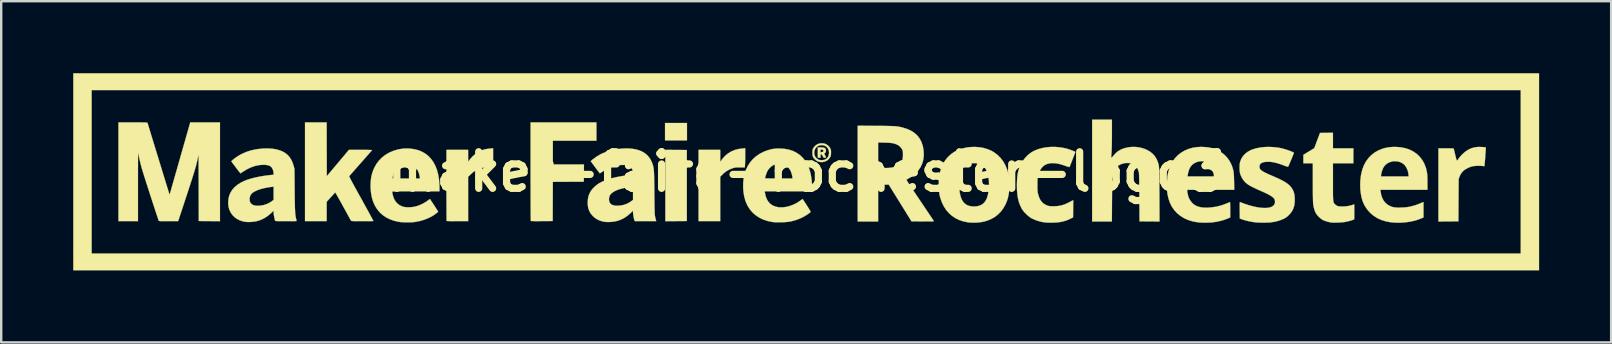
<source format=kicad_pcb>
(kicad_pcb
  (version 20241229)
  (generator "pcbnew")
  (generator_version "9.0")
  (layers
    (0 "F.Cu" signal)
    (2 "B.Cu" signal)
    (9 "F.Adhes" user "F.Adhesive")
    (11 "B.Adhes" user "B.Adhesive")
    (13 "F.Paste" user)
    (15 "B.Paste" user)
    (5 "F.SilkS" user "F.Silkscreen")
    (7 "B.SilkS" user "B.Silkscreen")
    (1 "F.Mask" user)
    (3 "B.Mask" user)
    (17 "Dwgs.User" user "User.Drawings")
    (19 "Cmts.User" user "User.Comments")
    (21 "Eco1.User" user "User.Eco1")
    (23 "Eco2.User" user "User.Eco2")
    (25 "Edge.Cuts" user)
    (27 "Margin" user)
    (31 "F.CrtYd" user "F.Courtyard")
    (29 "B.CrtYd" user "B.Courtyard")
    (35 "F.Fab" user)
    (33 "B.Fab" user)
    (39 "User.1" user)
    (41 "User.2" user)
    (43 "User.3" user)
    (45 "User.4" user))
  (footprint "maker-faire-rochester-logo3"
    (layer "F.Cu")
    (at 30.536 4.107)
    (property "Reference" "maker-faire-rochester-logo3" (at 0 0 0) (layer "F.SilkS") (effects (font (size 1.524 1.524) (thickness 0.3))))
    (attr through_hole)
    (fp_poly (pts (xy -4.966 -1.308) (xy -5.88 -1.308) (xy -5.88 -2.032) (xy -4.966 -2.032) (xy -4.966 -1.308)) (stroke (width 0.01) (type solid)) (fill yes) (layer "F.SilkS"))
    (fp_poly (pts (xy -5.42 -0.911) (xy -4.972 -0.908) (xy -4.972 2.051) (xy -5.867 2.058) (xy -5.867 -0.915) (xy -5.42 -0.911)) (stroke (width 0.01) (type solid)) (fill yes) (layer "F.SilkS"))
    (fp_poly (pts (xy 30.531 4.102) (xy -30.531 4.102) (xy -30.531 -3.404) (xy -29.769 -3.404) (xy -29.769 3.404) (xy 29.769 3.404) (xy 29.769 -3.404) (xy -29.769 -3.404) (xy -30.531 -3.404) (xy -30.531 -4.102) (xy 30.531 -4.102) (xy 30.531 4.102)) (stroke (width 0.01) (type solid)) (fill yes) (layer "F.SilkS"))
    (fp_poly (pts (xy -8.738 -1.295) (xy -10.554 -1.295) (xy -10.554 -0.305) (xy -9.258 -0.305) (xy -9.261 0.054) (xy -9.265 0.413) (xy -10.554 0.419) (xy -10.56 2.051) (xy -11.012 2.054) (xy -11.117 2.055) (xy -11.213 2.055) (xy -11.299 2.055) (xy -11.37 2.054) (xy -11.425 2.052) (xy -11.46 2.051) (xy -11.472 2.049) (xy -11.473 2.036) (xy -11.474 1.998) (xy -11.475 1.938) (xy -11.476 1.856) (xy -11.477 1.755) (xy -11.477 1.635) (xy -11.478 1.497) (xy -11.479 1.343) (xy -11.479 1.175) (xy -11.48 0.994) (xy -11.48 0.8) (xy -11.48 0.596) (xy -11.481 0.383) (xy -11.481 0.162) (xy -11.481 -0.008) (xy -11.481 -2.057) (xy -8.738 -2.057) (xy -8.738 -1.295)) (stroke (width 0.01) (type solid)) (fill yes) (layer "F.SilkS"))
    (fp_poly (pts (xy -2.54 -0.703) (xy -2.54 -0.612) (xy -2.542 -0.522) (xy -2.543 -0.437) (xy -2.545 -0.365) (xy -2.548 -0.311) (xy -2.548 -0.304) (xy -2.556 -0.182) (xy -2.754 -0.183) (xy -2.834 -0.183) (xy -2.894 -0.182) (xy -2.941 -0.178) (xy -2.98 -0.172) (xy -3.018 -0.163) (xy -3.047 -0.154) (xy -3.189 -0.1) (xy -3.315 -0.03) (xy -3.432 0.059) (xy -3.514 0.139) (xy -3.581 0.209) (xy -3.581 2.057) (xy -4.483 2.057) (xy -4.483 -0.914) (xy -3.581 -0.914) (xy -3.581 -0.418) (xy -3.505 -0.519) (xy -3.393 -0.649) (xy -3.267 -0.757) (xy -3.129 -0.843) (xy -2.977 -0.908) (xy -2.812 -0.951) (xy -2.657 -0.971) (xy -2.54 -0.981) (xy -2.54 -0.703)) (stroke (width 0.01) (type solid)) (fill yes) (layer "F.SilkS"))
    (fp_poly (pts (xy 0.68 -1.014) (xy 0.736 -1.005) (xy 0.774 -0.99) (xy 0.8 -0.966) (xy 0.81 -0.947) (xy 0.826 -0.887) (xy 0.818 -0.832) (xy 0.788 -0.787) (xy 0.751 -0.749) (xy 0.788 -0.683) (xy 0.813 -0.636) (xy 0.823 -0.607) (xy 0.818 -0.591) (xy 0.799 -0.585) (xy 0.775 -0.584) (xy 0.748 -0.585) (xy 0.729 -0.593) (xy 0.713 -0.611) (xy 0.693 -0.645) (xy 0.685 -0.66) (xy 0.655 -0.709) (xy 0.631 -0.733) (xy 0.621 -0.737) (xy 0.607 -0.733) (xy 0.6 -0.72) (xy 0.597 -0.69) (xy 0.597 -0.66) (xy 0.597 -0.584) (xy 0.548 -0.584) (xy 0.515 -0.586) (xy 0.493 -0.591) (xy 0.491 -0.593) (xy 0.488 -0.608) (xy 0.486 -0.644) (xy 0.484 -0.696) (xy 0.483 -0.76) (xy 0.483 -0.809) (xy 0.483 -0.868) (xy 0.597 -0.868) (xy 0.597 -0.809) (xy 0.642 -0.817) (xy 0.678 -0.826) (xy 0.704 -0.838) (xy 0.706 -0.839) (xy 0.722 -0.865) (xy 0.718 -0.891) (xy 0.696 -0.913) (xy 0.66 -0.926) (xy 0.64 -0.927) (xy 0.614 -0.926) (xy 0.601 -0.918) (xy 0.597 -0.896) (xy 0.597 -0.868) (xy 0.483 -0.868) (xy 0.483 -1.016) (xy 0.604 -1.016) (xy 0.68 -1.014)) (stroke (width 0.01) (type solid)) (fill yes) (layer "F.SilkS"))
    (fp_poly (pts (xy -13.043 -0.177) (xy -13.205 -0.185) (xy -13.362 -0.184) (xy -13.503 -0.165) (xy -13.633 -0.127) (xy -13.755 -0.068) (xy -13.873 0.014) (xy -13.973 0.102) (xy -14.084 0.21) (xy -14.084 1.133) (xy -14.084 2.057) (xy -14.527 2.057) (xy -14.63 2.057) (xy -14.726 2.056) (xy -14.81 2.055) (xy -14.88 2.054) (xy -14.934 2.052) (xy -14.967 2.051) (xy -14.978 2.049) (xy -14.979 2.035) (xy -14.98 1.998) (xy -14.981 1.938) (xy -14.982 1.858) (xy -14.983 1.759) (xy -14.983 1.642) (xy -14.984 1.51) (xy -14.985 1.363) (xy -14.985 1.203) (xy -14.986 1.033) (xy -14.986 0.852) (xy -14.986 0.664) (xy -14.986 0.563) (xy -14.986 -0.914) (xy -14.084 -0.914) (xy -14.084 -0.673) (xy -14.084 -0.583) (xy -14.082 -0.512) (xy -14.079 -0.463) (xy -14.075 -0.436) (xy -14.072 -0.432) (xy -14.059 -0.439) (xy -14.059 -0.442) (xy -14.052 -0.455) (xy -14.032 -0.484) (xy -14.003 -0.522) (xy -13.989 -0.54) (xy -13.888 -0.651) (xy -13.773 -0.749) (xy -13.648 -0.831) (xy -13.517 -0.894) (xy -13.424 -0.926) (xy -13.366 -0.939) (xy -13.295 -0.952) (xy -13.219 -0.964) (xy -13.147 -0.973) (xy -13.087 -0.977) (xy -13.071 -0.978) (xy -13.043 -0.978) (xy -13.043 -0.177)) (stroke (width 0.01) (type solid)) (fill yes) (layer "F.SilkS"))
    (fp_poly (pts (xy 0.736 -1.181) (xy 0.814 -1.158) (xy 0.819 -1.155) (xy 0.897 -1.105) (xy 0.965 -1.037) (xy 1.006 -0.975) (xy 1.02 -0.944) (xy 1.029 -0.912) (xy 1.034 -0.87) (xy 1.035 -0.812) (xy 1.035 -0.8) (xy 1.034 -0.74) (xy 1.031 -0.697) (xy 1.023 -0.664) (xy 1.01 -0.632) (xy 1.001 -0.616) (xy 0.947 -0.536) (xy 0.877 -0.475) (xy 0.813 -0.44) (xy 0.73 -0.412) (xy 0.65 -0.402) (xy 0.574 -0.409) (xy 0.486 -0.432) (xy 0.41 -0.476) (xy 0.364 -0.516) (xy 0.319 -0.566) (xy 0.289 -0.613) (xy 0.271 -0.664) (xy 0.262 -0.727) (xy 0.26 -0.794) (xy 0.261 -0.808) (xy 0.335 -0.808) (xy 0.343 -0.723) (xy 0.372 -0.64) (xy 0.374 -0.636) (xy 0.401 -0.598) (xy 0.442 -0.558) (xy 0.488 -0.523) (xy 0.53 -0.499) (xy 0.539 -0.496) (xy 0.598 -0.486) (xy 0.666 -0.484) (xy 0.73 -0.492) (xy 0.781 -0.507) (xy 0.853 -0.553) (xy 0.907 -0.616) (xy 0.941 -0.694) (xy 0.954 -0.785) (xy 0.954 -0.795) (xy 0.943 -0.887) (xy 0.911 -0.966) (xy 0.857 -1.031) (xy 0.782 -1.083) (xy 0.781 -1.083) (xy 0.715 -1.105) (xy 0.638 -1.111) (xy 0.561 -1.101) (xy 0.5 -1.078) (xy 0.432 -1.03) (xy 0.381 -0.966) (xy 0.349 -0.891) (xy 0.335 -0.808) (xy 0.261 -0.808) (xy 0.261 -0.856) (xy 0.265 -0.901) (xy 0.272 -0.934) (xy 0.284 -0.964) (xy 0.289 -0.974) (xy 0.345 -1.054) (xy 0.42 -1.119) (xy 0.482 -1.154) (xy 0.561 -1.18) (xy 0.648 -1.189) (xy 0.736 -1.181)) (stroke (width 0.01) (type solid)) (fill yes) (layer "F.SilkS"))
    (fp_poly (pts (xy 28.158 -1.033) (xy 28.158 -1.033) (xy 28.217 -1.028) (xy 28.267 -1.022) (xy 28.301 -1.017) (xy 28.315 -1.014) (xy 28.315 -1) (xy 28.314 -0.965) (xy 28.311 -0.912) (xy 28.307 -0.845) (xy 28.301 -0.768) (xy 28.295 -0.685) (xy 28.289 -0.599) (xy 28.282 -0.514) (xy 28.276 -0.434) (xy 28.27 -0.362) (xy 28.264 -0.303) (xy 28.26 -0.261) (xy 28.257 -0.238) (xy 28.256 -0.236) (xy 28.242 -0.235) (xy 28.21 -0.238) (xy 28.166 -0.244) (xy 28.162 -0.244) (xy 28.089 -0.25) (xy 28.003 -0.251) (xy 27.913 -0.247) (xy 27.826 -0.239) (xy 27.753 -0.227) (xy 27.73 -0.222) (xy 27.65 -0.195) (xy 27.565 -0.158) (xy 27.484 -0.115) (xy 27.415 -0.07) (xy 27.385 -0.045) (xy 27.308 0.038) (xy 27.248 0.135) (xy 27.214 0.216) (xy 27.184 0.298) (xy 27.172 2.064) (xy 26.756 2.067) (xy 26.34 2.07) (xy 26.34 -0.978) (xy 26.656 -0.978) (xy 26.755 -0.978) (xy 26.83 -0.977) (xy 26.887 -0.976) (xy 26.926 -0.974) (xy 26.953 -0.971) (xy 26.968 -0.967) (xy 26.976 -0.962) (xy 26.979 -0.956) (xy 26.984 -0.937) (xy 26.994 -0.897) (xy 27.007 -0.842) (xy 27.023 -0.775) (xy 27.04 -0.702) (xy 27.061 -0.616) (xy 27.078 -0.552) (xy 27.091 -0.508) (xy 27.102 -0.482) (xy 27.111 -0.471) (xy 27.114 -0.471) (xy 27.13 -0.481) (xy 27.154 -0.508) (xy 27.178 -0.543) (xy 27.206 -0.582) (xy 27.247 -0.632) (xy 27.293 -0.685) (xy 27.324 -0.717) (xy 27.447 -0.829) (xy 27.574 -0.915) (xy 27.706 -0.978) (xy 27.846 -1.018) (xy 27.996 -1.036) (xy 28.158 -1.033)) (stroke (width 0.01) (type solid)) (fill yes) (layer "F.SilkS"))
    (fp_poly (pts (xy 21.946 -0.978) (xy 22.797 -0.978) (xy 22.797 -0.356) (xy 21.946 -0.356) (xy 21.946 0.41) (xy 21.946 0.579) (xy 21.946 0.724) (xy 21.946 0.848) (xy 21.947 0.952) (xy 21.949 1.039) (xy 21.952 1.11) (xy 21.956 1.167) (xy 21.961 1.213) (xy 21.967 1.249) (xy 21.976 1.277) (xy 21.985 1.3) (xy 21.997 1.318) (xy 22.012 1.335) (xy 22.028 1.352) (xy 22.034 1.358) (xy 22.074 1.393) (xy 22.119 1.419) (xy 22.171 1.435) (xy 22.236 1.444) (xy 22.317 1.446) (xy 22.389 1.444) (xy 22.479 1.439) (xy 22.558 1.43) (xy 22.635 1.415) (xy 22.718 1.393) (xy 22.806 1.366) (xy 22.835 1.357) (xy 22.835 1.976) (xy 22.792 1.997) (xy 22.746 2.015) (xy 22.681 2.035) (xy 22.602 2.057) (xy 22.517 2.076) (xy 22.454 2.089) (xy 22.404 2.097) (xy 22.336 2.103) (xy 22.256 2.109) (xy 22.17 2.113) (xy 22.084 2.116) (xy 22.004 2.117) (xy 21.937 2.116) (xy 21.888 2.114) (xy 21.882 2.113) (xy 21.811 2.1) (xy 21.73 2.081) (xy 21.648 2.056) (xy 21.576 2.031) (xy 21.539 2.015) (xy 21.473 1.975) (xy 21.402 1.918) (xy 21.333 1.852) (xy 21.273 1.781) (xy 21.228 1.713) (xy 21.225 1.708) (xy 21.182 1.605) (xy 21.147 1.485) (xy 21.123 1.351) (xy 21.121 1.327) (xy 21.118 1.292) (xy 21.116 1.235) (xy 21.114 1.156) (xy 21.112 1.06) (xy 21.11 0.947) (xy 21.109 0.821) (xy 21.108 0.684) (xy 21.108 0.537) (xy 21.108 0.429) (xy 21.107 -0.356) (xy 20.714 -0.356) (xy 20.714 -0.708) (xy 20.941 -0.846) (xy 21.168 -0.984) (xy 21.287 -1.302) (xy 21.406 -1.619) (xy 21.946 -1.626) (xy 21.946 -0.978)) (stroke (width 0.01) (type solid)) (fill yes) (layer "F.SilkS"))
    (fp_poly (pts (xy 12.738 -1.596) (xy 12.737 -1.388) (xy 12.735 -1.204) (xy 12.732 -1.043) (xy 12.727 -0.906) (xy 12.721 -0.791) (xy 12.714 -0.696) (xy 12.707 -0.638) (xy 12.708 -0.607) (xy 12.72 -0.597) (xy 12.743 -0.608) (xy 12.776 -0.64) (xy 12.806 -0.676) (xy 12.898 -0.78) (xy 13.002 -0.865) (xy 13.122 -0.932) (xy 13.243 -0.978) (xy 13.406 -1.018) (xy 13.576 -1.037) (xy 13.747 -1.034) (xy 13.915 -1.009) (xy 14.076 -0.964) (xy 14.192 -0.915) (xy 14.324 -0.84) (xy 14.434 -0.752) (xy 14.524 -0.652) (xy 14.596 -0.536) (xy 14.64 -0.434) (xy 14.652 -0.401) (xy 14.662 -0.371) (xy 14.671 -0.343) (xy 14.679 -0.315) (xy 14.686 -0.284) (xy 14.692 -0.25) (xy 14.697 -0.21) (xy 14.701 -0.163) (xy 14.704 -0.107) (xy 14.707 -0.04) (xy 14.709 0.04) (xy 14.711 0.133) (xy 14.712 0.243) (xy 14.713 0.371) (xy 14.714 0.518) (xy 14.715 0.687) (xy 14.715 0.879) (xy 14.716 0.943) (xy 14.72 2.07) (xy 14.304 2.067) (xy 13.887 2.064) (xy 13.881 1.06) (xy 13.879 0.874) (xy 13.878 0.711) (xy 13.877 0.571) (xy 13.875 0.45) (xy 13.874 0.348) (xy 13.872 0.263) (xy 13.871 0.193) (xy 13.869 0.136) (xy 13.866 0.091) (xy 13.864 0.056) (xy 13.861 0.029) (xy 13.858 0.009) (xy 13.854 -0.007) (xy 13.853 -0.009) (xy 13.815 -0.112) (xy 13.77 -0.193) (xy 13.714 -0.257) (xy 13.646 -0.305) (xy 13.622 -0.318) (xy 13.53 -0.351) (xy 13.425 -0.366) (xy 13.315 -0.365) (xy 13.205 -0.346) (xy 13.101 -0.311) (xy 13.086 -0.304) (xy 13.009 -0.258) (xy 12.944 -0.196) (xy 12.888 -0.116) (xy 12.841 -0.018) (xy 12.802 0.101) (xy 12.77 0.243) (xy 12.767 0.26) (xy 12.763 0.286) (xy 12.759 0.318) (xy 12.756 0.356) (xy 12.753 0.402) (xy 12.751 0.459) (xy 12.749 0.529) (xy 12.747 0.613) (xy 12.746 0.714) (xy 12.744 0.833) (xy 12.743 0.972) (xy 12.742 1.134) (xy 12.741 1.222) (xy 12.736 2.07) (xy 11.913 2.07) (xy 11.913 -2.172) (xy 12.738 -2.172) (xy 12.738 -1.596)) (stroke (width 0.01) (type solid)) (fill yes) (layer "F.SilkS"))
    (fp_poly (pts (xy -19.971 0.182) (xy -19.51 -0.366) (xy -19.049 -0.914) (xy -18.566 -0.914) (xy -18.456 -0.914) (xy -18.355 -0.913) (xy -18.267 -0.912) (xy -18.194 -0.91) (xy -18.137 -0.908) (xy -18.101 -0.906) (xy -18.087 -0.904) (xy -18.087 -0.903) (xy -18.096 -0.892) (xy -18.12 -0.863) (xy -18.158 -0.819) (xy -18.208 -0.762) (xy -18.269 -0.692) (xy -18.34 -0.612) (xy -18.417 -0.523) (xy -18.501 -0.428) (xy -18.555 -0.367) (xy -18.642 -0.269) (xy -18.724 -0.175) (xy -18.8 -0.089) (xy -18.868 -0.012) (xy -18.927 0.055) (xy -18.974 0.109) (xy -19.009 0.149) (xy -19.029 0.173) (xy -19.033 0.178) (xy -19.035 0.185) (xy -19.032 0.198) (xy -19.024 0.218) (xy -19.011 0.247) (xy -18.992 0.286) (xy -18.967 0.336) (xy -18.933 0.399) (xy -18.892 0.476) (xy -18.841 0.569) (xy -18.781 0.679) (xy -18.711 0.806) (xy -18.63 0.953) (xy -18.536 1.121) (xy -18.536 1.121) (xy -18.458 1.262) (xy -18.384 1.397) (xy -18.314 1.524) (xy -18.25 1.64) (xy -18.192 1.746) (xy -18.142 1.839) (xy -18.1 1.916) (xy -18.067 1.978) (xy -18.044 2.022) (xy -18.033 2.046) (xy -18.031 2.05) (xy -18.045 2.052) (xy -18.081 2.053) (xy -18.137 2.055) (xy -18.21 2.056) (xy -18.297 2.057) (xy -18.394 2.057) (xy -18.492 2.057) (xy -18.618 2.057) (xy -18.721 2.057) (xy -18.803 2.055) (xy -18.865 2.054) (xy -18.91 2.051) (xy -18.939 2.048) (xy -18.955 2.044) (xy -18.958 2.042) (xy -18.966 2.028) (xy -18.986 1.994) (xy -19.015 1.941) (xy -19.053 1.873) (xy -19.098 1.792) (xy -19.149 1.698) (xy -19.206 1.595) (xy -19.266 1.485) (xy -19.292 1.438) (xy -19.353 1.326) (xy -19.411 1.222) (xy -19.465 1.127) (xy -19.512 1.043) (xy -19.553 0.972) (xy -19.585 0.917) (xy -19.608 0.88) (xy -19.621 0.862) (xy -19.623 0.86) (xy -19.634 0.872) (xy -19.66 0.9) (xy -19.697 0.941) (xy -19.742 0.992) (xy -19.794 1.049) (xy -19.805 1.06) (xy -19.976 1.251) (xy -19.977 2.057) (xy -20.879 2.057) (xy -20.879 -2.057) (xy -20.428 -2.057) (xy -19.977 -2.057) (xy -19.971 0.182)) (stroke (width 0.01) (type solid)) (fill yes) (layer "F.SilkS"))
    (fp_poly (pts (xy 7.215 -1.024) (xy 7.397 -0.992) (xy 7.569 -0.94) (xy 7.727 -0.871) (xy 7.828 -0.811) (xy 7.974 -0.701) (xy 8.101 -0.573) (xy 8.211 -0.428) (xy 8.301 -0.268) (xy 8.373 -0.093) (xy 8.425 0.095) (xy 8.457 0.297) (xy 8.469 0.51) (xy 8.467 0.635) (xy 8.454 0.807) (xy 8.433 0.96) (xy 8.402 1.1) (xy 8.359 1.231) (xy 8.305 1.357) (xy 8.215 1.518) (xy 8.108 1.661) (xy 7.983 1.785) (xy 7.843 1.891) (xy 7.688 1.977) (xy 7.519 2.044) (xy 7.336 2.09) (xy 7.142 2.115) (xy 6.985 2.119) (xy 6.916 2.118) (xy 6.847 2.114) (xy 6.787 2.11) (xy 6.756 2.107) (xy 6.566 2.071) (xy 6.388 2.014) (xy 6.225 1.935) (xy 6.077 1.837) (xy 5.945 1.72) (xy 5.828 1.584) (xy 5.729 1.429) (xy 5.647 1.257) (xy 5.583 1.068) (xy 5.566 1.003) (xy 5.55 0.917) (xy 5.538 0.813) (xy 5.53 0.695) (xy 5.525 0.572) (xy 5.525 0.533) (xy 6.376 0.533) (xy 6.382 0.718) (xy 6.4 0.88) (xy 6.431 1.021) (xy 6.475 1.14) (xy 6.531 1.239) (xy 6.601 1.318) (xy 6.684 1.377) (xy 6.718 1.394) (xy 6.81 1.425) (xy 6.916 1.442) (xy 7.026 1.445) (xy 7.132 1.434) (xy 7.162 1.428) (xy 7.263 1.395) (xy 7.35 1.345) (xy 7.424 1.277) (xy 7.485 1.191) (xy 7.534 1.085) (xy 7.571 0.958) (xy 7.598 0.809) (xy 7.61 0.701) (xy 7.618 0.538) (xy 7.613 0.382) (xy 7.595 0.234) (xy 7.566 0.099) (xy 7.526 -0.021) (xy 7.475 -0.123) (xy 7.415 -0.204) (xy 7.408 -0.212) (xy 7.33 -0.274) (xy 7.236 -0.32) (xy 7.128 -0.35) (xy 7.011 -0.362) (xy 6.891 -0.356) (xy 6.778 -0.331) (xy 6.679 -0.289) (xy 6.595 -0.227) (xy 6.525 -0.146) (xy 6.469 -0.046) (xy 6.426 0.075) (xy 6.397 0.217) (xy 6.38 0.38) (xy 6.376 0.533) (xy 5.525 0.533) (xy 5.525 0.449) (xy 5.529 0.332) (xy 5.538 0.228) (xy 5.543 0.193) (xy 5.579 0.004) (xy 5.63 -0.167) (xy 5.698 -0.322) (xy 5.783 -0.463) (xy 5.886 -0.593) (xy 5.914 -0.623) (xy 6.04 -0.739) (xy 6.178 -0.835) (xy 6.33 -0.912) (xy 6.498 -0.97) (xy 6.681 -1.011) (xy 6.833 -1.03) (xy 7.026 -1.037) (xy 7.215 -1.024)) (stroke (width 0.01) (type solid)) (fill yes) (layer "F.SilkS"))
    (fp_poly (pts (xy 24.622 -1.034) (xy 24.797 -1.016) (xy 24.964 -0.982) (xy 25.117 -0.933) (xy 25.146 -0.921) (xy 25.299 -0.843) (xy 25.437 -0.746) (xy 25.559 -0.63) (xy 25.663 -0.497) (xy 25.747 -0.35) (xy 25.811 -0.189) (xy 25.831 -0.12) (xy 25.847 -0.053) (xy 25.859 0.01) (xy 25.869 0.075) (xy 25.875 0.146) (xy 25.879 0.228) (xy 25.882 0.325) (xy 25.882 0.443) (xy 25.882 0.454) (xy 25.883 0.749) (xy 23.924 0.749) (xy 23.933 0.832) (xy 23.958 0.971) (xy 24.001 1.096) (xy 24.062 1.207) (xy 24.139 1.301) (xy 24.231 1.376) (xy 24.301 1.415) (xy 24.364 1.443) (xy 24.422 1.464) (xy 24.481 1.478) (xy 24.547 1.486) (xy 24.626 1.491) (xy 24.724 1.491) (xy 24.727 1.491) (xy 24.864 1.488) (xy 24.984 1.479) (xy 25.095 1.464) (xy 25.207 1.44) (xy 25.298 1.415) (xy 25.364 1.396) (xy 25.423 1.377) (xy 25.482 1.355) (xy 25.548 1.329) (xy 25.627 1.296) (xy 25.67 1.278) (xy 25.718 1.257) (xy 25.718 1.902) (xy 25.64 1.936) (xy 25.476 1.999) (xy 25.293 2.05) (xy 25.099 2.088) (xy 24.897 2.112) (xy 24.694 2.122) (xy 24.493 2.116) (xy 24.341 2.101) (xy 24.142 2.063) (xy 23.958 2.005) (xy 23.789 1.927) (xy 23.636 1.829) (xy 23.499 1.713) (xy 23.379 1.578) (xy 23.277 1.425) (xy 23.236 1.35) (xy 23.181 1.218) (xy 23.138 1.068) (xy 23.107 0.904) (xy 23.087 0.728) (xy 23.081 0.547) (xy 23.088 0.363) (xy 23.107 0.191) (xy 23.944 0.191) (xy 25.095 0.191) (xy 25.095 0.137) (xy 25.084 0.037) (xy 25.054 -0.067) (xy 25.009 -0.168) (xy 24.951 -0.258) (xy 24.931 -0.282) (xy 24.86 -0.344) (xy 24.772 -0.393) (xy 24.672 -0.425) (xy 24.565 -0.44) (xy 24.456 -0.437) (xy 24.433 -0.433) (xy 24.315 -0.403) (xy 24.214 -0.353) (xy 24.128 -0.284) (xy 24.067 -0.21) (xy 24.034 -0.151) (xy 24.003 -0.076) (xy 23.976 0.007) (xy 23.958 0.087) (xy 23.955 0.107) (xy 23.944 0.191) (xy 23.107 0.191) (xy 23.108 0.182) (xy 23.122 0.099) (xy 23.169 -0.094) (xy 23.236 -0.27) (xy 23.322 -0.43) (xy 23.426 -0.573) (xy 23.547 -0.698) (xy 23.686 -0.805) (xy 23.841 -0.893) (xy 24.013 -0.962) (xy 24.112 -0.991) (xy 24.274 -1.022) (xy 24.446 -1.036) (xy 24.622 -1.034)) (stroke (width 0.01) (type solid)) (fill yes) (layer "F.SilkS"))
    (fp_poly (pts (xy 2.911 -1.914) (xy 3.082 -1.913) (xy 3.229 -1.912) (xy 3.356 -1.91) (xy 3.465 -1.908) (xy 3.557 -1.905) (xy 3.637 -1.902) (xy 3.705 -1.898) (xy 3.765 -1.892) (xy 3.818 -1.886) (xy 3.868 -1.877) (xy 3.916 -1.868) (xy 3.965 -1.856) (xy 4.018 -1.843) (xy 4.047 -1.835) (xy 4.221 -1.779) (xy 4.376 -1.707) (xy 4.51 -1.619) (xy 4.625 -1.516) (xy 4.719 -1.397) (xy 4.794 -1.262) (xy 4.848 -1.112) (xy 4.869 -1.027) (xy 4.896 -0.843) (xy 4.899 -0.668) (xy 4.879 -0.502) (xy 4.835 -0.346) (xy 4.768 -0.2) (xy 4.678 -0.065) (xy 4.565 0.059) (xy 4.43 0.172) (xy 4.306 0.253) (xy 4.258 0.281) (xy 4.217 0.305) (xy 4.189 0.322) (xy 4.181 0.327) (xy 4.182 0.335) (xy 4.192 0.357) (xy 4.213 0.392) (xy 4.244 0.443) (xy 4.286 0.509) (xy 4.34 0.591) (xy 4.405 0.691) (xy 4.484 0.809) (xy 4.575 0.945) (xy 4.68 1.101) (xy 4.737 1.186) (xy 4.827 1.318) (xy 4.912 1.444) (xy 4.991 1.563) (xy 5.065 1.673) (xy 5.131 1.772) (xy 5.189 1.859) (xy 5.238 1.931) (xy 5.276 1.989) (xy 5.302 2.029) (xy 5.316 2.05) (xy 5.317 2.053) (xy 5.316 2.058) (xy 5.306 2.061) (xy 5.285 2.064) (xy 5.251 2.066) (xy 5.202 2.067) (xy 5.136 2.068) (xy 5.05 2.068) (xy 4.943 2.068) (xy 4.856 2.067) (xy 4.388 2.064) (xy 3.439 0.533) (xy 2.997 0.533) (xy 2.997 2.07) (xy 2.146 2.07) (xy 2.146 -0.149) (xy 2.997 -0.149) (xy 3.261 -0.156) (xy 3.359 -0.159) (xy 3.437 -0.162) (xy 3.498 -0.167) (xy 3.549 -0.173) (xy 3.593 -0.181) (xy 3.625 -0.189) (xy 3.714 -0.216) (xy 3.785 -0.246) (xy 3.844 -0.282) (xy 3.898 -0.328) (xy 3.906 -0.336) (xy 3.956 -0.392) (xy 3.991 -0.448) (xy 4.014 -0.512) (xy 4.027 -0.588) (xy 4.032 -0.681) (xy 4.032 -0.705) (xy 4.031 -0.774) (xy 4.029 -0.823) (xy 4.023 -0.861) (xy 4.014 -0.893) (xy 4.002 -0.923) (xy 3.963 -0.988) (xy 3.906 -1.05) (xy 3.841 -1.103) (xy 3.788 -1.132) (xy 3.726 -1.157) (xy 3.666 -1.176) (xy 3.603 -1.191) (xy 3.532 -1.201) (xy 3.449 -1.209) (xy 3.348 -1.214) (xy 3.267 -1.216) (xy 2.997 -1.222) (xy 2.997 -0.149) (xy 2.146 -0.149) (xy 2.146 -1.92) (xy 2.911 -1.914)) (stroke (width 0.01) (type solid)) (fill yes) (layer "F.SilkS"))
    (fp_poly (pts (xy 10.576 -1.019) (xy 10.769 -0.985) (xy 10.856 -0.964) (xy 10.905 -0.949) (xy 10.963 -0.93) (xy 11.024 -0.909) (xy 11.084 -0.886) (xy 11.137 -0.865) (xy 11.18 -0.847) (xy 11.207 -0.834) (xy 11.214 -0.828) (xy 11.209 -0.813) (xy 11.197 -0.779) (xy 11.178 -0.729) (xy 11.155 -0.667) (xy 11.128 -0.597) (xy 11.099 -0.522) (xy 11.07 -0.447) (xy 11.042 -0.375) (xy 11.017 -0.311) (xy 10.995 -0.257) (xy 10.979 -0.218) (xy 10.971 -0.198) (xy 10.969 -0.196) (xy 10.955 -0.197) (xy 10.923 -0.206) (xy 10.876 -0.221) (xy 10.825 -0.239) (xy 10.671 -0.291) (xy 10.535 -0.329) (xy 10.412 -0.352) (xy 10.3 -0.362) (xy 10.195 -0.359) (xy 10.166 -0.356) (xy 10.05 -0.33) (xy 9.948 -0.285) (xy 9.861 -0.22) (xy 9.787 -0.134) (xy 9.726 -0.027) (xy 9.678 0.103) (xy 9.662 0.159) (xy 9.652 0.201) (xy 9.645 0.24) (xy 9.64 0.281) (xy 9.637 0.33) (xy 9.635 0.39) (xy 9.634 0.467) (xy 9.634 0.546) (xy 9.634 0.641) (xy 9.635 0.715) (xy 9.637 0.773) (xy 9.641 0.82) (xy 9.646 0.86) (xy 9.654 0.899) (xy 9.662 0.931) (xy 9.702 1.061) (xy 9.754 1.169) (xy 9.818 1.258) (xy 9.896 1.328) (xy 9.99 1.383) (xy 10.059 1.41) (xy 10.102 1.423) (xy 10.146 1.431) (xy 10.197 1.435) (xy 10.264 1.437) (xy 10.293 1.437) (xy 10.423 1.432) (xy 10.538 1.42) (xy 10.647 1.397) (xy 10.756 1.362) (xy 10.87 1.313) (xy 10.983 1.257) (xy 11.126 1.182) (xy 11.119 1.899) (xy 10.992 1.963) (xy 10.87 2.017) (xy 10.744 2.058) (xy 10.607 2.089) (xy 10.518 2.102) (xy 10.453 2.109) (xy 10.372 2.114) (xy 10.282 2.117) (xy 10.188 2.119) (xy 10.099 2.118) (xy 10.022 2.116) (xy 9.97 2.112) (xy 9.816 2.088) (xy 9.662 2.048) (xy 9.514 1.995) (xy 9.382 1.932) (xy 9.374 1.928) (xy 9.307 1.883) (xy 9.233 1.823) (xy 9.158 1.754) (xy 9.087 1.68) (xy 9.028 1.608) (xy 8.988 1.549) (xy 8.921 1.417) (xy 8.867 1.276) (xy 8.827 1.123) (xy 8.799 0.956) (xy 8.783 0.771) (xy 8.779 0.568) (xy 8.78 0.489) (xy 8.785 0.354) (xy 8.792 0.239) (xy 8.803 0.139) (xy 8.819 0.048) (xy 8.84 -0.039) (xy 8.866 -0.126) (xy 8.93 -0.286) (xy 9.014 -0.436) (xy 9.116 -0.574) (xy 9.232 -0.695) (xy 9.36 -0.796) (xy 9.497 -0.875) (xy 9.652 -0.939) (xy 9.821 -0.987) (xy 10.001 -1.02) (xy 10.189 -1.036) (xy 10.382 -1.036) (xy 10.576 -1.019)) (stroke (width 0.01) (type solid)) (fill yes) (layer "F.SilkS"))
    (fp_poly (pts (xy 16.668 -1.027) (xy 16.797 -1.009) (xy 16.97 -0.967) (xy 17.131 -0.904) (xy 17.279 -0.821) (xy 17.412 -0.72) (xy 17.53 -0.601) (xy 17.629 -0.467) (xy 17.708 -0.318) (xy 17.753 -0.203) (xy 17.772 -0.142) (xy 17.787 -0.086) (xy 17.799 -0.032) (xy 17.808 0.024) (xy 17.815 0.088) (xy 17.82 0.163) (xy 17.823 0.253) (xy 17.826 0.363) (xy 17.827 0.403) (xy 17.834 0.749) (xy 15.875 0.749) (xy 15.875 0.786) (xy 15.879 0.83) (xy 15.888 0.889) (xy 15.901 0.954) (xy 15.917 1.016) (xy 15.932 1.064) (xy 15.933 1.067) (xy 15.951 1.106) (xy 15.978 1.156) (xy 16.009 1.206) (xy 16.012 1.21) (xy 16.083 1.3) (xy 16.169 1.373) (xy 16.271 1.428) (xy 16.389 1.467) (xy 16.525 1.49) (xy 16.679 1.496) (xy 16.851 1.487) (xy 17.083 1.454) (xy 17.305 1.398) (xy 17.52 1.319) (xy 17.56 1.301) (xy 17.604 1.283) (xy 17.638 1.27) (xy 17.657 1.266) (xy 17.658 1.267) (xy 17.66 1.281) (xy 17.662 1.317) (xy 17.664 1.372) (xy 17.665 1.441) (xy 17.666 1.521) (xy 17.666 1.588) (xy 17.666 1.902) (xy 17.589 1.936) (xy 17.443 1.993) (xy 17.281 2.041) (xy 17.109 2.079) (xy 16.936 2.105) (xy 16.911 2.107) (xy 16.804 2.115) (xy 16.686 2.119) (xy 16.564 2.119) (xy 16.446 2.115) (xy 16.342 2.107) (xy 16.292 2.101) (xy 16.094 2.064) (xy 15.91 2.006) (xy 15.741 1.93) (xy 15.588 1.835) (xy 15.452 1.724) (xy 15.334 1.596) (xy 15.235 1.452) (xy 15.156 1.294) (xy 15.097 1.121) (xy 15.089 1.092) (xy 15.069 1.003) (xy 15.053 0.923) (xy 15.043 0.844) (xy 15.036 0.762) (xy 15.033 0.668) (xy 15.032 0.556) (xy 15.032 0.546) (xy 15.036 0.375) (xy 15.048 0.223) (xy 15.053 0.191) (xy 15.887 0.191) (xy 17.047 0.191) (xy 17.039 0.102) (xy 17.02 -0.002) (xy 16.986 -0.105) (xy 16.939 -0.2) (xy 16.881 -0.28) (xy 16.843 -0.319) (xy 16.764 -0.373) (xy 16.667 -0.412) (xy 16.572 -0.433) (xy 16.454 -0.441) (xy 16.339 -0.426) (xy 16.233 -0.39) (xy 16.137 -0.336) (xy 16.055 -0.264) (xy 15.991 -0.177) (xy 15.985 -0.167) (xy 15.962 -0.115) (xy 15.938 -0.046) (xy 15.917 0.03) (xy 15.9 0.104) (xy 15.895 0.137) (xy 15.887 0.191) (xy 15.053 0.191) (xy 15.069 0.086) (xy 15.1 -0.044) (xy 15.141 -0.169) (xy 15.176 -0.255) (xy 15.257 -0.414) (xy 15.357 -0.556) (xy 15.474 -0.681) (xy 15.607 -0.788) (xy 15.755 -0.877) (xy 15.916 -0.947) (xy 16.089 -0.998) (xy 16.273 -1.028) (xy 16.467 -1.038) (xy 16.668 -1.027)) (stroke (width 0.01) (type solid)) (fill yes) (layer "F.SilkS"))
    (fp_poly (pts (xy -16.464 -0.963) (xy -16.301 -0.936) (xy -16.146 -0.895) (xy -16.034 -0.851) (xy -15.887 -0.771) (xy -15.755 -0.672) (xy -15.638 -0.552) (xy -15.537 -0.414) (xy -15.452 -0.258) (xy -15.384 -0.085) (xy -15.332 0.106) (xy -15.297 0.313) (xy -15.28 0.535) (xy -15.278 0.647) (xy -15.278 0.813) (xy -16.262 0.813) (xy -16.444 0.813) (xy -16.601 0.813) (xy -16.736 0.813) (xy -16.852 0.813) (xy -16.948 0.814) (xy -17.027 0.814) (xy -17.091 0.815) (xy -17.141 0.817) (xy -17.179 0.818) (xy -17.206 0.82) (xy -17.225 0.823) (xy -17.237 0.826) (xy -17.243 0.829) (xy -17.246 0.833) (xy -17.247 0.838) (xy -17.247 0.839) (xy -17.242 0.883) (xy -17.229 0.942) (xy -17.211 1.009) (xy -17.189 1.075) (xy -17.166 1.133) (xy -17.165 1.137) (xy -17.103 1.241) (xy -17.023 1.328) (xy -16.926 1.398) (xy -16.814 1.448) (xy -16.764 1.462) (xy -16.689 1.474) (xy -16.597 1.479) (xy -16.496 1.477) (xy -16.394 1.467) (xy -16.298 1.451) (xy -16.263 1.443) (xy -16.135 1.401) (xy -16.002 1.343) (xy -15.875 1.274) (xy -15.777 1.208) (xy -15.674 1.132) (xy -15.506 1.387) (xy -15.459 1.459) (xy -15.417 1.525) (xy -15.381 1.58) (xy -15.354 1.623) (xy -15.338 1.65) (xy -15.334 1.657) (xy -15.341 1.671) (xy -15.366 1.696) (xy -15.406 1.728) (xy -15.456 1.765) (xy -15.513 1.804) (xy -15.574 1.843) (xy -15.602 1.859) (xy -15.755 1.936) (xy -15.924 2.002) (xy -16.102 2.053) (xy -16.282 2.088) (xy -16.326 2.094) (xy -16.405 2.101) (xy -16.5 2.105) (xy -16.604 2.107) (xy -16.709 2.105) (xy -16.809 2.101) (xy -16.896 2.095) (xy -16.946 2.088) (xy -17.143 2.047) (xy -17.324 1.986) (xy -17.487 1.906) (xy -17.634 1.809) (xy -17.763 1.693) (xy -17.874 1.56) (xy -17.967 1.41) (xy -18.041 1.244) (xy -18.096 1.061) (xy -18.131 0.863) (xy -18.147 0.65) (xy -18.148 0.583) (xy -18.142 0.406) (xy -18.128 0.279) (xy -17.236 0.279) (xy -16.088 0.279) (xy -16.097 0.221) (xy -16.126 0.084) (xy -16.17 -0.034) (xy -16.228 -0.132) (xy -16.3 -0.209) (xy -16.385 -0.266) (xy -16.387 -0.266) (xy -16.498 -0.308) (xy -16.61 -0.327) (xy -16.722 -0.324) (xy -16.829 -0.299) (xy -16.929 -0.255) (xy -17.017 -0.191) (xy -17.091 -0.108) (xy -17.101 -0.093) (xy -17.14 -0.026) (xy -17.176 0.055) (xy -17.206 0.14) (xy -17.226 0.217) (xy -17.227 0.225) (xy -17.236 0.279) (xy -18.128 0.279) (xy -18.124 0.247) (xy -18.093 0.099) (xy -18.047 -0.042) (xy -17.995 -0.164) (xy -17.905 -0.325) (xy -17.795 -0.47) (xy -17.667 -0.599) (xy -17.523 -0.71) (xy -17.363 -0.803) (xy -17.188 -0.877) (xy -17 -0.932) (xy -16.801 -0.965) (xy -16.788 -0.966) (xy -16.629 -0.973) (xy -16.464 -0.963)) (stroke (width 0.01) (type solid)) (fill yes) (layer "F.SilkS"))
    (fp_poly (pts (xy -0.915 -0.959) (xy -0.733 -0.926) (xy -0.565 -0.874) (xy -0.412 -0.8) (xy -0.274 -0.707) (xy -0.15 -0.593) (xy -0.043 -0.46) (xy 0.012 -0.374) (xy 0.077 -0.25) (xy 0.13 -0.117) (xy 0.173 0.028) (xy 0.206 0.187) (xy 0.23 0.364) (xy 0.245 0.561) (xy 0.248 0.619) (xy 0.256 0.813) (xy -1.728 0.813) (xy -1.72 0.867) (xy -1.689 1.012) (xy -1.642 1.137) (xy -1.579 1.243) (xy -1.5 1.33) (xy -1.404 1.398) (xy -1.291 1.446) (xy -1.162 1.475) (xy -1.107 1.481) (xy -0.971 1.481) (xy -0.826 1.461) (xy -0.678 1.423) (xy -0.531 1.368) (xy -0.39 1.298) (xy -0.261 1.214) (xy -0.239 1.198) (xy -0.2 1.168) (xy -0.168 1.145) (xy -0.15 1.133) (xy -0.147 1.133) (xy -0.14 1.144) (xy -0.121 1.174) (xy -0.091 1.219) (xy -0.054 1.276) (xy -0.01 1.343) (xy 0.024 1.396) (xy 0.07 1.468) (xy 0.111 1.534) (xy 0.145 1.591) (xy 0.17 1.634) (xy 0.183 1.662) (xy 0.186 1.671) (xy 0.171 1.688) (xy 0.138 1.715) (xy 0.092 1.749) (xy 0.036 1.787) (xy -0.025 1.825) (xy -0.088 1.862) (xy -0.14 1.891) (xy -0.297 1.963) (xy -0.468 2.023) (xy -0.643 2.068) (xy -0.657 2.071) (xy -0.736 2.084) (xy -0.832 2.093) (xy -0.94 2.1) (xy -1.054 2.104) (xy -1.166 2.105) (xy -1.27 2.103) (xy -1.362 2.097) (xy -1.422 2.089) (xy -1.62 2.046) (xy -1.801 1.984) (xy -1.965 1.903) (xy -2.113 1.804) (xy -2.243 1.687) (xy -2.355 1.553) (xy -2.448 1.403) (xy -2.522 1.236) (xy -2.535 1.198) (xy -2.581 1.027) (xy -2.612 0.843) (xy -2.626 0.651) (xy -2.623 0.458) (xy -2.604 0.27) (xy -2.604 0.268) (xy -1.714 0.268) (xy -1.702 0.271) (xy -1.667 0.273) (xy -1.61 0.275) (xy -1.536 0.276) (xy -1.445 0.278) (xy -1.339 0.279) (xy -1.223 0.279) (xy -1.143 0.279) (xy -0.572 0.279) (xy -0.572 0.243) (xy -0.576 0.2) (xy -0.589 0.142) (xy -0.606 0.076) (xy -0.627 0.013) (xy -0.649 -0.041) (xy -0.654 -0.051) (xy -0.701 -0.125) (xy -0.761 -0.193) (xy -0.827 -0.248) (xy -0.868 -0.273) (xy -0.964 -0.307) (xy -1.071 -0.324) (xy -1.181 -0.324) (xy -1.286 -0.306) (xy -1.366 -0.278) (xy -1.433 -0.237) (xy -1.5 -0.179) (xy -1.561 -0.112) (xy -1.606 -0.046) (xy -1.625 -0.008) (xy -1.646 0.044) (xy -1.668 0.102) (xy -1.687 0.161) (xy -1.703 0.214) (xy -1.713 0.253) (xy -1.714 0.268) (xy -2.604 0.268) (xy -2.572 0.107) (xy -2.513 -0.074) (xy -2.434 -0.242) (xy -2.334 -0.395) (xy -2.215 -0.533) (xy -2.077 -0.654) (xy -1.922 -0.758) (xy -1.751 -0.843) (xy -1.613 -0.894) (xy -1.504 -0.926) (xy -1.406 -0.949) (xy -1.31 -0.962) (xy -1.205 -0.969) (xy -1.111 -0.97) (xy -0.915 -0.959)) (stroke (width 0.01) (type solid)) (fill yes) (layer "F.SilkS"))
    (fp_poly (pts (xy -27.909 -2.057) (xy -27.793 -2.057) (xy -27.698 -2.057) (xy -27.621 -2.056) (xy -27.562 -2.055) (xy -27.517 -2.053) (xy -27.485 -2.051) (xy -27.464 -2.048) (xy -27.45 -2.045) (xy -27.443 -2.041) (xy -27.44 -2.036) (xy -27.44 -2.035) (xy -27.417 -1.96) (xy -27.389 -1.868) (xy -27.356 -1.761) (xy -27.319 -1.639) (xy -27.279 -1.506) (xy -27.235 -1.363) (xy -27.188 -1.211) (xy -27.14 -1.053) (xy -27.09 -0.889) (xy -27.039 -0.723) (xy -26.987 -0.555) (xy -26.936 -0.388) (xy -26.885 -0.223) (xy -26.836 -0.062) (xy -26.788 0.094) (xy -26.743 0.242) (xy -26.7 0.381) (xy -26.661 0.509) (xy -26.625 0.624) (xy -26.594 0.724) (xy -26.568 0.809) (xy -26.548 0.875) (xy -26.533 0.921) (xy -26.525 0.946) (xy -26.524 0.95) (xy -26.523 0.952) (xy -26.523 0.954) (xy -26.522 0.954) (xy -26.521 0.953) (xy -26.519 0.949) (xy -26.516 0.939) (xy -26.511 0.924) (xy -26.505 0.902) (xy -26.496 0.872) (xy -26.484 0.832) (xy -26.469 0.782) (xy -26.451 0.719) (xy -26.43 0.643) (xy -26.404 0.553) (xy -26.374 0.447) (xy -26.339 0.324) (xy -26.299 0.183) (xy -26.253 0.023) (xy -26.201 -0.158) (xy -26.144 -0.36) (xy -26.079 -0.586) (xy -26.072 -0.613) (xy -25.66 -2.057) (xy -25.041 -2.057) (xy -24.422 -2.057) (xy -24.422 0.000164) (xy -24.422 2.058) (xy -24.863 2.054) (xy -25.305 2.051) (xy -25.309 0.667) (xy -25.313 -0.718) (xy -25.355 -0.527) (xy -25.368 -0.466) (xy -25.382 -0.408) (xy -25.396 -0.351) (xy -25.41 -0.292) (xy -25.426 -0.231) (xy -25.445 -0.166) (xy -25.465 -0.095) (xy -25.489 -0.016) (xy -25.516 0.072) (xy -25.547 0.172) (xy -25.582 0.283) (xy -25.623 0.409) (xy -25.669 0.551) (xy -25.721 0.71) (xy -25.779 0.889) (xy -25.845 1.088) (xy -25.916 1.305) (xy -26.164 2.057) (xy -26.563 2.057) (xy -26.674 2.057) (xy -26.763 2.057) (xy -26.832 2.056) (xy -26.883 2.055) (xy -26.92 2.053) (xy -26.945 2.05) (xy -26.96 2.046) (xy -26.969 2.041) (xy -26.973 2.035) (xy -26.98 2.018) (xy -26.994 1.978) (xy -27.014 1.919) (xy -27.04 1.842) (xy -27.071 1.749) (xy -27.106 1.643) (xy -27.144 1.526) (xy -27.186 1.399) (xy -27.229 1.266) (xy -27.274 1.127) (xy -27.32 0.987) (xy -27.366 0.845) (xy -27.411 0.705) (xy -27.454 0.57) (xy -27.496 0.44) (xy -27.535 0.318) (xy -27.571 0.206) (xy -27.602 0.107) (xy -27.628 0.023) (xy -27.649 -0.045) (xy -27.664 -0.093) (xy -27.667 -0.102) (xy -27.693 -0.196) (xy -27.721 -0.303) (xy -27.747 -0.411) (xy -27.77 -0.511) (xy -27.781 -0.558) (xy -27.796 -0.63) (xy -27.809 -0.693) (xy -27.821 -0.742) (xy -27.829 -0.775) (xy -27.833 -0.786) (xy -27.833 -0.774) (xy -27.834 -0.739) (xy -27.835 -0.681) (xy -27.835 -0.603) (xy -27.836 -0.505) (xy -27.837 -0.391) (xy -27.837 -0.26) (xy -27.838 -0.116) (xy -27.838 0.042) (xy -27.838 0.21) (xy -27.838 0.388) (xy -27.838 0.574) (xy -27.838 0.633) (xy -27.838 2.057) (xy -28.651 2.057) (xy -28.651 -2.057) (xy -28.049 -2.057) (xy -27.909 -2.057)) (stroke (width 0.01) (type solid)) (fill yes) (layer "F.SilkS"))
    (fp_poly (pts (xy 19.478 -1.028) (xy 19.673 -1.005) (xy 19.749 -0.991) (xy 19.817 -0.976) (xy 19.893 -0.956) (xy 19.972 -0.933) (xy 20.051 -0.907) (xy 20.127 -0.881) (xy 20.195 -0.855) (xy 20.252 -0.831) (xy 20.294 -0.81) (xy 20.317 -0.794) (xy 20.32 -0.788) (xy 20.315 -0.773) (xy 20.302 -0.738) (xy 20.282 -0.688) (xy 20.257 -0.626) (xy 20.229 -0.558) (xy 20.199 -0.486) (xy 20.169 -0.415) (xy 20.141 -0.349) (xy 20.116 -0.291) (xy 20.096 -0.246) (xy 20.083 -0.219) (xy 20.078 -0.211) (xy 20.063 -0.211) (xy 20.03 -0.219) (xy 19.983 -0.234) (xy 19.937 -0.251) (xy 19.785 -0.308) (xy 19.65 -0.352) (xy 19.53 -0.384) (xy 19.42 -0.405) (xy 19.317 -0.416) (xy 19.217 -0.417) (xy 19.18 -0.415) (xy 19.079 -0.404) (xy 18.999 -0.381) (xy 18.941 -0.347) (xy 18.904 -0.301) (xy 18.887 -0.242) (xy 18.885 -0.213) (xy 18.888 -0.175) (xy 18.898 -0.14) (xy 18.916 -0.107) (xy 18.945 -0.074) (xy 18.987 -0.041) (xy 19.043 -0.006) (xy 19.116 0.033) (xy 19.207 0.077) (xy 19.318 0.127) (xy 19.437 0.178) (xy 19.598 0.248) (xy 19.736 0.312) (xy 19.854 0.372) (xy 19.954 0.43) (xy 20.038 0.486) (xy 20.108 0.542) (xy 20.167 0.599) (xy 20.216 0.659) (xy 20.249 0.71) (xy 20.29 0.785) (xy 20.319 0.86) (xy 20.339 0.941) (xy 20.35 1.036) (xy 20.355 1.111) (xy 20.353 1.263) (xy 20.336 1.397) (xy 20.301 1.517) (xy 20.248 1.627) (xy 20.175 1.73) (xy 20.112 1.799) (xy 20.059 1.849) (xy 20.013 1.887) (xy 19.966 1.919) (xy 19.907 1.951) (xy 19.875 1.966) (xy 19.715 2.031) (xy 19.537 2.079) (xy 19.352 2.108) (xy 19.275 2.114) (xy 19.18 2.117) (xy 19.074 2.119) (xy 18.965 2.118) (xy 18.86 2.115) (xy 18.767 2.11) (xy 18.729 2.107) (xy 18.624 2.093) (xy 18.509 2.073) (xy 18.393 2.049) (xy 18.285 2.021) (xy 18.192 1.992) (xy 18.184 1.99) (xy 18.066 1.947) (xy 18.062 1.601) (xy 18.061 1.498) (xy 18.061 1.418) (xy 18.061 1.358) (xy 18.062 1.315) (xy 18.064 1.287) (xy 18.067 1.27) (xy 18.072 1.263) (xy 18.078 1.262) (xy 18.081 1.264) (xy 18.275 1.338) (xy 18.463 1.399) (xy 18.643 1.447) (xy 18.813 1.482) (xy 18.97 1.502) (xy 19.114 1.508) (xy 19.241 1.5) (xy 19.341 1.479) (xy 19.406 1.45) (xy 19.464 1.408) (xy 19.507 1.357) (xy 19.514 1.345) (xy 19.528 1.298) (xy 19.532 1.239) (xy 19.525 1.181) (xy 19.515 1.152) (xy 19.49 1.11) (xy 19.448 1.067) (xy 19.387 1.021) (xy 19.306 0.971) (xy 19.205 0.917) (xy 19.081 0.858) (xy 18.948 0.8) (xy 18.828 0.747) (xy 18.714 0.694) (xy 18.609 0.643) (xy 18.518 0.596) (xy 18.445 0.554) (xy 18.415 0.536) (xy 18.305 0.449) (xy 18.212 0.344) (xy 18.138 0.225) (xy 18.085 0.095) (xy 18.076 0.064) (xy 18.064 -0.005) (xy 18.057 -0.089) (xy 18.055 -0.18) (xy 18.057 -0.27) (xy 18.065 -0.35) (xy 18.076 -0.403) (xy 18.122 -0.53) (xy 18.19 -0.643) (xy 18.28 -0.743) (xy 18.389 -0.829) (xy 18.519 -0.901) (xy 18.583 -0.927) (xy 18.737 -0.976) (xy 18.907 -1.01) (xy 19.09 -1.031) (xy 19.282 -1.037) (xy 19.478 -1.028)) (stroke (width 0.01) (type solid)) (fill yes) (layer "F.SilkS"))
    (fp_poly (pts (xy -22.243 -0.962) (xy -22.067 -0.933) (xy -21.91 -0.886) (xy -21.812 -0.845) (xy -21.694 -0.777) (xy -21.594 -0.694) (xy -21.51 -0.597) (xy -21.44 -0.481) (xy -21.383 -0.345) (xy -21.352 -0.241) (xy -21.319 -0.121) (xy -21.31 0.762) (xy -21.308 0.951) (xy -21.306 1.116) (xy -21.304 1.259) (xy -21.301 1.383) (xy -21.299 1.49) (xy -21.295 1.581) (xy -21.292 1.659) (xy -21.287 1.724) (xy -21.282 1.781) (xy -21.276 1.829) (xy -21.269 1.872) (xy -21.261 1.911) (xy -21.252 1.948) (xy -21.248 1.963) (xy -21.237 2.005) (xy -21.232 2.037) (xy -21.232 2.051) (xy -21.246 2.052) (xy -21.282 2.054) (xy -21.338 2.055) (xy -21.41 2.056) (xy -21.496 2.057) (xy -21.592 2.057) (xy -21.673 2.057) (xy -21.796 2.057) (xy -21.896 2.057) (xy -21.974 2.055) (xy -22.034 2.053) (xy -22.076 2.051) (xy -22.103 2.048) (xy -22.118 2.043) (xy -22.121 2.041) (xy -22.131 2.019) (xy -22.142 1.978) (xy -22.155 1.924) (xy -22.166 1.863) (xy -22.176 1.802) (xy -22.184 1.745) (xy -22.187 1.7) (xy -22.187 1.695) (xy -22.187 1.622) (xy -22.286 1.717) (xy -22.422 1.833) (xy -22.563 1.926) (xy -22.714 2) (xy -22.79 2.028) (xy -22.905 2.06) (xy -23.033 2.081) (xy -23.165 2.092) (xy -23.292 2.092) (xy -23.407 2.079) (xy -23.421 2.076) (xy -23.563 2.036) (xy -23.691 1.977) (xy -23.804 1.9) (xy -23.899 1.805) (xy -23.976 1.696) (xy -24.033 1.573) (xy -24.061 1.478) (xy -24.076 1.374) (xy -24.078 1.258) (xy -24.068 1.141) (xy -24.068 1.14) (xy -23.19 1.14) (xy -23.18 1.225) (xy -23.15 1.294) (xy -23.1 1.348) (xy -23.032 1.387) (xy -22.945 1.41) (xy -22.84 1.417) (xy -22.719 1.407) (xy -22.612 1.388) (xy -22.525 1.363) (xy -22.432 1.325) (xy -22.342 1.279) (xy -22.266 1.23) (xy -22.254 1.22) (xy -22.187 1.166) (xy -22.187 0.619) (xy -22.26 0.628) (xy -22.434 0.652) (xy -22.594 0.685) (xy -22.74 0.723) (xy -22.867 0.768) (xy -22.975 0.818) (xy -23.061 0.872) (xy -23.093 0.899) (xy -23.141 0.96) (xy -23.174 1.036) (xy -23.189 1.12) (xy -23.19 1.14) (xy -24.068 1.14) (xy -24.046 1.031) (xy -24.037 0.997) (xy -23.982 0.866) (xy -23.907 0.746) (xy -23.81 0.637) (xy -23.692 0.539) (xy -23.551 0.45) (xy -23.387 0.372) (xy -23.302 0.338) (xy -23.183 0.299) (xy -23.045 0.261) (xy -22.891 0.225) (xy -22.728 0.193) (xy -22.561 0.165) (xy -22.394 0.144) (xy -22.284 0.132) (xy -22.183 0.124) (xy -22.191 0.034) (xy -22.205 -0.048) (xy -22.232 -0.122) (xy -22.269 -0.184) (xy -22.313 -0.226) (xy -22.379 -0.259) (xy -22.459 -0.281) (xy -22.556 -0.291) (xy -22.609 -0.292) (xy -22.784 -0.28) (xy -22.961 -0.243) (xy -23.137 -0.182) (xy -23.311 -0.098) (xy -23.479 0.007) (xy -23.518 0.034) (xy -23.55 0.054) (xy -23.567 0.063) (xy -23.569 0.063) (xy -23.578 0.053) (xy -23.601 0.026) (xy -23.635 -0.017) (xy -23.677 -0.071) (xy -23.725 -0.135) (xy -23.765 -0.188) (xy -23.952 -0.438) (xy -23.893 -0.493) (xy -23.834 -0.542) (xy -23.758 -0.597) (xy -23.673 -0.653) (xy -23.585 -0.706) (xy -23.5 -0.751) (xy -23.469 -0.766) (xy -23.289 -0.841) (xy -23.108 -0.896) (xy -22.915 -0.936) (xy -22.86 -0.945) (xy -22.64 -0.968) (xy -22.434 -0.974) (xy -22.243 -0.962)) (stroke (width 0.01) (type solid)) (fill yes) (layer "F.SilkS"))
    (fp_poly (pts (xy -7.276 -0.964) (xy -7.101 -0.936) (xy -6.943 -0.89) (xy -6.804 -0.827) (xy -6.682 -0.746) (xy -6.579 -0.647) (xy -6.494 -0.53) (xy -6.427 -0.396) (xy -6.407 -0.341) (xy -6.393 -0.302) (xy -6.382 -0.265) (xy -6.372 -0.228) (xy -6.364 -0.19) (xy -6.357 -0.147) (xy -6.351 -0.099) (xy -6.345 -0.042) (xy -6.341 0.024) (xy -6.338 0.103) (xy -6.335 0.195) (xy -6.332 0.303) (xy -6.33 0.429) (xy -6.328 0.575) (xy -6.326 0.742) (xy -6.325 0.883) (xy -6.323 1.057) (xy -6.321 1.208) (xy -6.32 1.337) (xy -6.318 1.447) (xy -6.316 1.539) (xy -6.314 1.616) (xy -6.312 1.679) (xy -6.31 1.73) (xy -6.308 1.772) (xy -6.305 1.806) (xy -6.301 1.834) (xy -6.297 1.858) (xy -6.292 1.88) (xy -6.29 1.892) (xy -6.277 1.945) (xy -6.265 1.991) (xy -6.256 2.023) (xy -6.255 2.029) (xy -6.245 2.057) (xy -7.139 2.057) (xy -7.157 2.014) (xy -7.17 1.972) (xy -7.184 1.913) (xy -7.196 1.846) (xy -7.206 1.777) (xy -7.212 1.716) (xy -7.214 1.686) (xy -7.214 1.622) (xy -7.318 1.723) (xy -7.452 1.837) (xy -7.59 1.929) (xy -7.737 2) (xy -7.823 2.031) (xy -7.941 2.062) (xy -8.07 2.083) (xy -8.201 2.093) (xy -8.326 2.091) (xy -8.438 2.078) (xy -8.445 2.076) (xy -8.583 2.039) (xy -8.703 1.985) (xy -8.811 1.913) (xy -8.885 1.847) (xy -8.972 1.745) (xy -9.037 1.632) (xy -9.08 1.509) (xy -9.101 1.373) (xy -9.102 1.245) (xy -9.093 1.144) (xy -8.217 1.144) (xy -8.208 1.22) (xy -8.182 1.288) (xy -8.156 1.325) (xy -8.101 1.368) (xy -8.026 1.397) (xy -7.934 1.413) (xy -7.826 1.414) (xy -7.706 1.4) (xy -7.623 1.384) (xy -7.499 1.345) (xy -7.38 1.287) (xy -7.28 1.22) (xy -7.214 1.168) (xy -7.214 0.619) (xy -7.287 0.628) (xy -7.475 0.655) (xy -7.643 0.689) (xy -7.792 0.73) (xy -7.919 0.778) (xy -8.024 0.833) (xy -8.107 0.894) (xy -8.165 0.961) (xy -8.184 0.992) (xy -8.209 1.066) (xy -8.217 1.144) (xy -9.093 1.144) (xy -9.092 1.135) (xy -9.075 1.041) (xy -9.046 0.952) (xy -9.007 0.864) (xy -8.959 0.784) (xy -8.893 0.701) (xy -8.812 0.62) (xy -8.723 0.544) (xy -8.63 0.48) (xy -8.618 0.473) (xy -8.466 0.395) (xy -8.291 0.326) (xy -8.094 0.266) (xy -7.874 0.215) (xy -7.632 0.172) (xy -7.408 0.144) (xy -7.214 0.122) (xy -7.214 0.068) (xy -7.223 -0.034) (xy -7.252 -0.119) (xy -7.299 -0.188) (xy -7.366 -0.24) (xy -7.389 -0.252) (xy -7.418 -0.265) (xy -7.445 -0.274) (xy -7.473 -0.28) (xy -7.51 -0.283) (xy -7.559 -0.285) (xy -7.627 -0.285) (xy -7.652 -0.284) (xy -7.733 -0.283) (xy -7.797 -0.28) (xy -7.85 -0.275) (xy -7.9 -0.266) (xy -7.954 -0.254) (xy -7.968 -0.25) (xy -8.071 -0.217) (xy -8.185 -0.17) (xy -8.302 -0.114) (xy -8.413 -0.052) (xy -8.482 -0.008) (xy -8.528 0.022) (xy -8.565 0.046) (xy -8.59 0.06) (xy -8.597 0.063) (xy -8.606 0.053) (xy -8.628 0.025) (xy -8.661 -0.017) (xy -8.703 -0.072) (xy -8.751 -0.136) (xy -8.791 -0.191) (xy -8.978 -0.444) (xy -8.899 -0.51) (xy -8.73 -0.635) (xy -8.548 -0.741) (xy -8.351 -0.826) (xy -8.14 -0.892) (xy -7.912 -0.939) (xy -7.678 -0.966) (xy -7.468 -0.974) (xy -7.276 -0.964)) (stroke (width 0.01) (type solid)) (fill yes) (layer "F.SilkS")))
  (gr_rect
    (start -3 -3)
    (end 64.072 11.214)
    (stroke (width 0.1) (type default))
    (fill no)
    (layer "Edge.Cuts")))
</source>
